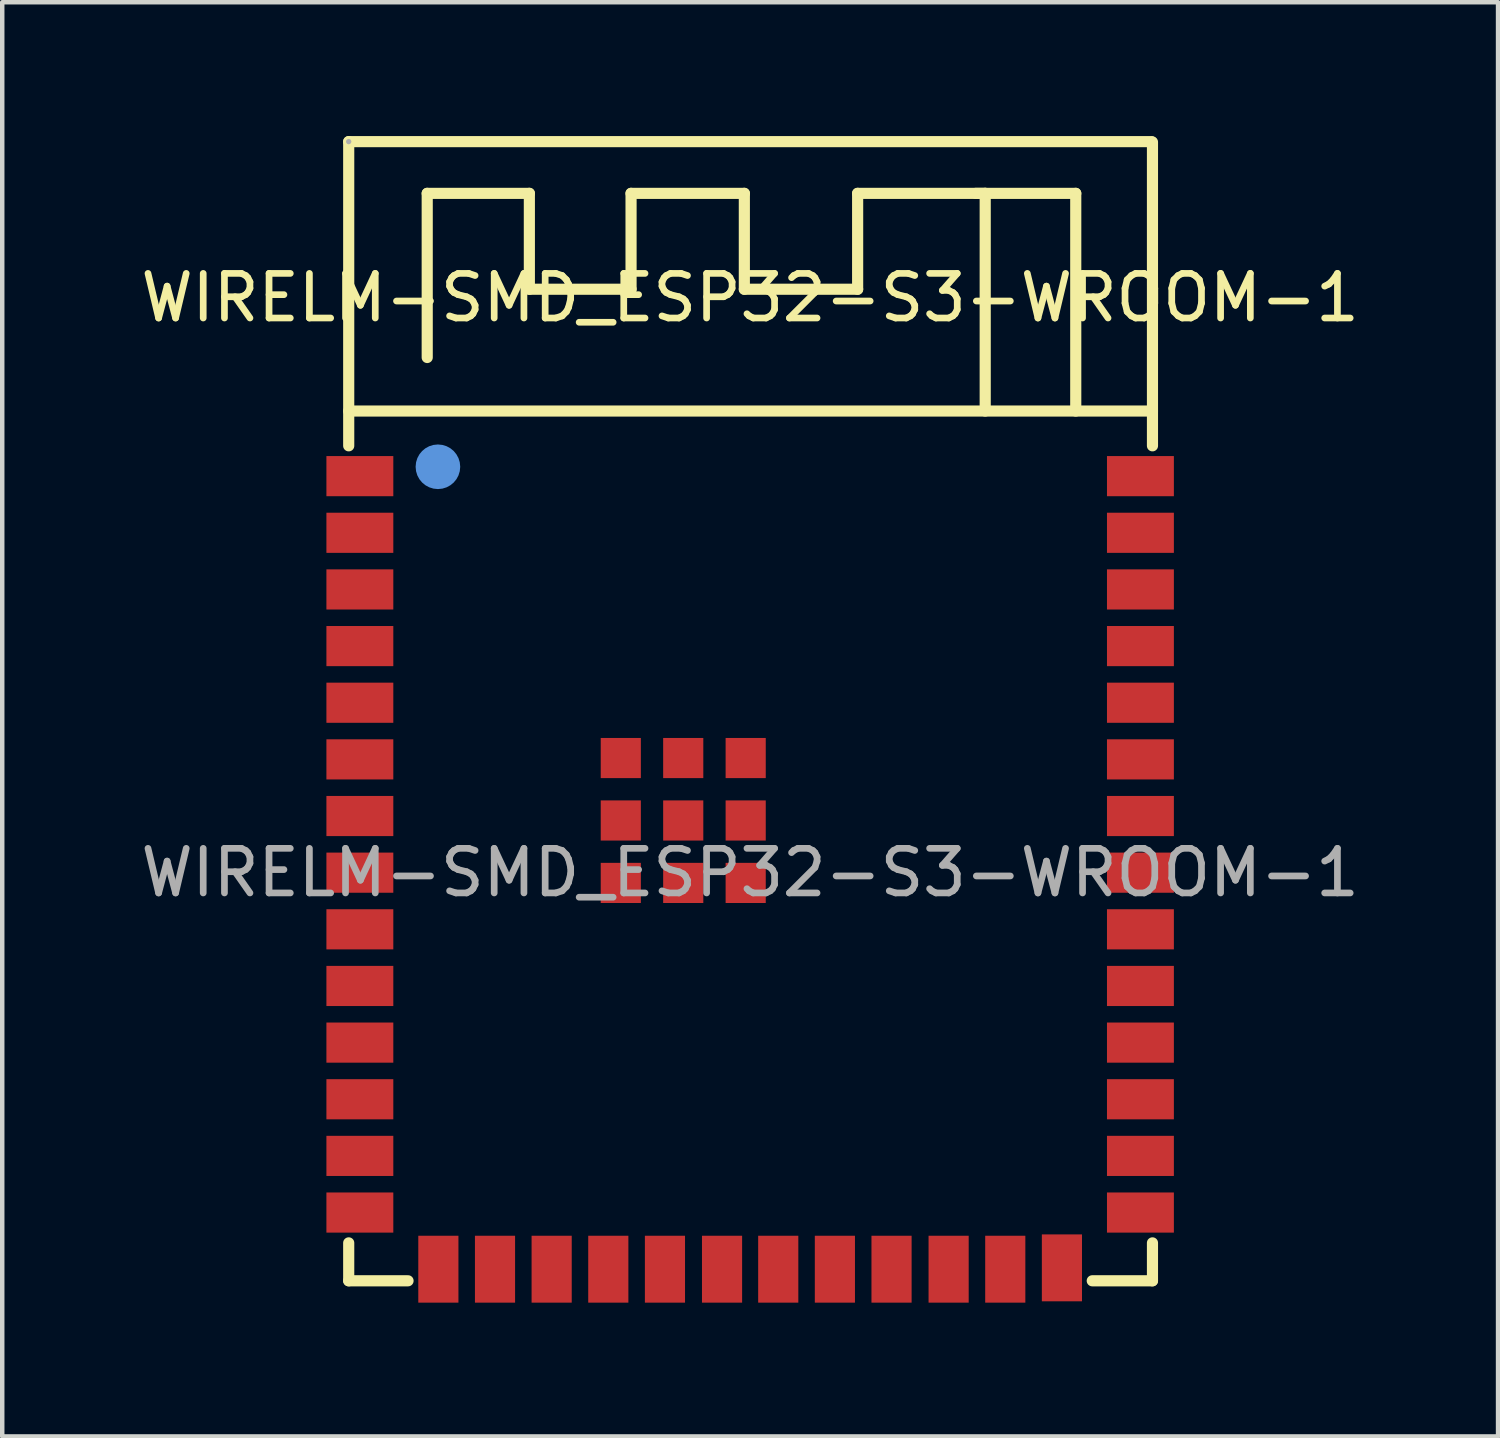
<source format=kicad_pcb>
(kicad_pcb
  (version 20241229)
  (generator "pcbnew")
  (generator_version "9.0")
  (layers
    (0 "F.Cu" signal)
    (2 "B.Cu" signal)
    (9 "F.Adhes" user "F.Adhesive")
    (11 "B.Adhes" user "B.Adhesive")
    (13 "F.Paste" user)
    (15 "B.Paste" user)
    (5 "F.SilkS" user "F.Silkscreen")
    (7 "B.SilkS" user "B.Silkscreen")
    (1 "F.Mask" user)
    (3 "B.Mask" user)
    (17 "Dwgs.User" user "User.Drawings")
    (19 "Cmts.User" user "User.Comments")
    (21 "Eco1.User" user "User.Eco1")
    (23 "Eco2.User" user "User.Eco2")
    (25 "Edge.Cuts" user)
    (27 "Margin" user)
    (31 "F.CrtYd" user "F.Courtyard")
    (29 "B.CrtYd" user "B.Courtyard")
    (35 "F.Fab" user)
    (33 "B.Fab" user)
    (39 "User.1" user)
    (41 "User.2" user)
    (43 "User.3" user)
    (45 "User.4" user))
  (footprint "WIRELM-SMD_ESP32-S3-WROOM-1"
    (layer "F.Cu")
    (at 13.768 16.515)
    (property "Reference" "WIRELM-SMD_ESP32-S3-WROOM-1" (at 0 -12.89 0) (layer "F.SilkS") (effects (font (size 1 1) (thickness 0.15))))
    (attr through_hole)
    (fp_line (start -9 -16.39) (end -9 -9.57) (stroke (width 0.25) (type solid)) (layer "F.SilkS"))
    (fp_line (start -9 -10.35) (end 9.02 -10.35) (stroke (width 0.25) (type solid)) (layer "F.SilkS"))
    (fp_line (start -9 8.3) (end -9 9.15) (stroke (width 0.25) (type solid)) (layer "F.SilkS"))
    (fp_line (start -9 9.15) (end -7.67 9.15) (stroke (width 0.25) (type solid)) (layer "F.SilkS"))
    (fp_line (start -7.24 -15.23) (end -7.24 -11.55) (stroke (width 0.25) (type solid)) (layer "F.SilkS"))
    (fp_line (start -4.95 -15.23) (end -7.24 -15.23) (stroke (width 0.25) (type solid)) (layer "F.SilkS"))
    (fp_line (start -4.95 -13.08) (end -4.95 -15.23) (stroke (width 0.25) (type solid)) (layer "F.SilkS"))
    (fp_line (start -2.67 -15.23) (end -2.67 -13.08) (stroke (width 0.25) (type solid)) (layer "F.SilkS"))
    (fp_line (start -2.67 -13.08) (end -4.95 -13.08) (stroke (width 0.25) (type solid)) (layer "F.SilkS"))
    (fp_line (start -0.13 -15.23) (end -2.67 -15.23) (stroke (width 0.25) (type solid)) (layer "F.SilkS"))
    (fp_line (start -0.13 -13.08) (end -0.13 -15.23) (stroke (width 0.25) (type solid)) (layer "F.SilkS"))
    (fp_line (start 2.41 -15.23) (end 2.41 -13.08) (stroke (width 0.25) (type solid)) (layer "F.SilkS"))
    (fp_line (start 2.41 -13.08) (end -0.13 -13.08) (stroke (width 0.25) (type solid)) (layer "F.SilkS"))
    (fp_line (start 5.27 -15.23) (end 2.41 -15.23) (stroke (width 0.25) (type solid)) (layer "F.SilkS"))
    (fp_line (start 5.27 -10.35) (end 5.27 -15.23) (stroke (width 0.25) (type solid)) (layer "F.SilkS"))
    (fp_line (start 7.3 -15.23) (end 5.06 -15.23) (stroke (width 0.25) (type solid)) (layer "F.SilkS"))
    (fp_line (start 7.3 -10.35) (end 7.3 -15.23) (stroke (width 0.25) (type solid)) (layer "F.SilkS"))
    (fp_line (start 7.67 9.15) (end 9.02 9.15) (stroke (width 0.25) (type solid)) (layer "F.SilkS"))
    (fp_line (start 9 -16.39) (end -9 -16.39) (stroke (width 0.25) (type solid)) (layer "F.SilkS"))
    (fp_line (start 9.02 -9.57) (end 9.02 -16.38) (stroke (width 0.25) (type solid)) (layer "F.SilkS"))
    (fp_line (start 9.02 9.15) (end 9.02 8.3) (stroke (width 0.25) (type solid)) (layer "F.SilkS"))
    (fp_circle (center -7 -9.1) (end -6.75 -9.1) (stroke (width 0.5) (type solid)) (fill no) (layer "Cmts.User"))
    (fp_circle (center -9 -16.39) (end -8.97 -16.39) (stroke (width 0.06) (type solid)) (fill no) (layer "F.Fab"))
    (fp_text user "${REFERENCE}" (at 0 0 0) (layer "F.Fab") (effects (font (size 1 1) (thickness 0.15))))
    (pad "1" smd rect (at -8.75 -8.89) (size 1.5 0.9) (layers "F.Cu" "F.Mask" "F.Paste"))
    (pad "2" smd rect (at -8.75 -7.62) (size 1.5 0.9) (layers "F.Cu" "F.Mask" "F.Paste"))
    (pad "3" smd rect (at -8.75 -6.35) (size 1.5 0.9) (layers "F.Cu" "F.Mask" "F.Paste"))
    (pad "4" smd rect (at -8.75 -5.08) (size 1.5 0.9) (layers "F.Cu" "F.Mask" "F.Paste"))
    (pad "5" smd rect (at -8.75 -3.81) (size 1.5 0.9) (layers "F.Cu" "F.Mask" "F.Paste"))
    (pad "6" smd rect (at -8.75 -2.54) (size 1.5 0.9) (layers "F.Cu" "F.Mask" "F.Paste"))
    (pad "7" smd rect (at -8.75 -1.27) (size 1.5 0.9) (layers "F.Cu" "F.Mask" "F.Paste"))
    (pad "8" smd rect (at -8.75 0) (size 1.5 0.9) (layers "F.Cu" "F.Mask" "F.Paste"))
    (pad "9" smd rect (at -8.75 1.27) (size 1.5 0.9) (layers "F.Cu" "F.Mask" "F.Paste"))
    (pad "10" smd rect (at -8.75 2.54) (size 1.5 0.9) (layers "F.Cu" "F.Mask" "F.Paste"))
    (pad "11" smd rect (at -8.75 3.81) (size 1.5 0.9) (layers "F.Cu" "F.Mask" "F.Paste"))
    (pad "12" smd rect (at -8.75 5.08) (size 1.5 0.9) (layers "F.Cu" "F.Mask" "F.Paste"))
    (pad "13" smd rect (at -8.75 6.35) (size 1.5 0.9) (layers "F.Cu" "F.Mask" "F.Paste"))
    (pad "14" smd rect (at -8.75 7.62) (size 1.5 0.9) (layers "F.Cu" "F.Mask" "F.Paste"))
    (pad "15" smd rect (at -6.99 8.89 90) (size 1.5 0.9) (layers "F.Cu" "F.Mask" "F.Paste"))
    (pad "16" smd rect (at -5.72 8.89 90) (size 1.5 0.9) (layers "F.Cu" "F.Mask" "F.Paste"))
    (pad "17" smd rect (at -4.45 8.89 90) (size 1.5 0.9) (layers "F.Cu" "F.Mask" "F.Paste"))
    (pad "18" smd rect (at -3.18 8.89 90) (size 1.5 0.9) (layers "F.Cu" "F.Mask" "F.Paste"))
    (pad "19" smd rect (at -1.91 8.89 90) (size 1.5 0.9) (layers "F.Cu" "F.Mask" "F.Paste"))
    (pad "20" smd rect (at -0.63 8.89 90) (size 1.5 0.9) (layers "F.Cu" "F.Mask" "F.Paste"))
    (pad "21" smd rect (at 0.63 8.89 90) (size 1.5 0.9) (layers "F.Cu" "F.Mask" "F.Paste"))
    (pad "22" smd rect (at 1.9 8.89 90) (size 1.5 0.9) (layers "F.Cu" "F.Mask" "F.Paste"))
    (pad "23" smd rect (at 3.17 8.89 90) (size 1.5 0.9) (layers "F.Cu" "F.Mask" "F.Paste"))
    (pad "24" smd rect (at 4.45 8.89 90) (size 1.5 0.9) (layers "F.Cu" "F.Mask" "F.Paste"))
    (pad "25" smd rect (at 5.72 8.89 90) (size 1.5 0.9) (layers "F.Cu" "F.Mask" "F.Paste"))
    (pad "26" smd rect (at 6.99 8.86 90) (size 1.5 0.9) (layers "F.Cu" "F.Mask" "F.Paste"))
    (pad "27" smd rect (at 8.75 7.62 180) (size 1.5 0.9) (layers "F.Cu" "F.Mask" "F.Paste"))
    (pad "28" smd rect (at 8.75 6.35 180) (size 1.5 0.9) (layers "F.Cu" "F.Mask" "F.Paste"))
    (pad "29" smd rect (at 8.75 5.08 180) (size 1.5 0.9) (layers "F.Cu" "F.Mask" "F.Paste"))
    (pad "30" smd rect (at 8.75 3.81 180) (size 1.5 0.9) (layers "F.Cu" "F.Mask" "F.Paste"))
    (pad "31" smd rect (at 8.75 2.54 180) (size 1.5 0.9) (layers "F.Cu" "F.Mask" "F.Paste"))
    (pad "32" smd rect (at 8.75 1.27 180) (size 1.5 0.9) (layers "F.Cu" "F.Mask" "F.Paste"))
    (pad "33" smd rect (at 8.75 0 180) (size 1.5 0.9) (layers "F.Cu" "F.Mask" "F.Paste"))
    (pad "34" smd rect (at 8.75 -1.27 180) (size 1.5 0.9) (layers "F.Cu" "F.Mask" "F.Paste"))
    (pad "35" smd rect (at 8.75 -2.54 180) (size 1.5 0.9) (layers "F.Cu" "F.Mask" "F.Paste"))
    (pad "36" smd rect (at 8.75 -3.81 180) (size 1.5 0.9) (layers "F.Cu" "F.Mask" "F.Paste"))
    (pad "37" smd rect (at 8.75 -5.08 180) (size 1.5 0.9) (layers "F.Cu" "F.Mask" "F.Paste"))
    (pad "38" smd rect (at 8.75 -6.35 180) (size 1.5 0.9) (layers "F.Cu" "F.Mask" "F.Paste"))
    (pad "39" smd rect (at 8.75 -7.62 180) (size 1.5 0.9) (layers "F.Cu" "F.Mask" "F.Paste"))
    (pad "40" smd rect (at 8.75 -8.89 180) (size 1.5 0.9) (layers "F.Cu" "F.Mask" "F.Paste"))
    (pad "41" smd rect (at -2.9 -2.57 90) (size 0.9 0.9) (layers "F.Cu" "F.Mask" "F.Paste"))
    (pad "41" smd rect (at -2.9 -1.17 90) (size 0.9 0.9) (layers "F.Cu" "F.Mask" "F.Paste"))
    (pad "41" smd rect (at -2.9 0.23 90) (size 0.9 0.9) (layers "F.Cu" "F.Mask" "F.Paste"))
    (pad "41" smd rect (at -1.5 -2.57 90) (size 0.9 0.9) (layers "F.Cu" "F.Mask" "F.Paste"))
    (pad "41" smd rect (at -1.5 -1.17 90) (size 0.9 0.9) (layers "F.Cu" "F.Mask" "F.Paste"))
    (pad "41" smd rect (at -1.5 0.23 90) (size 0.9 0.9) (layers "F.Cu" "F.Mask" "F.Paste"))
    (pad "41" smd rect (at -0.1 -2.57 90) (size 0.9 0.9) (layers "F.Cu" "F.Mask" "F.Paste"))
    (pad "41" smd rect (at -0.1 -1.17 90) (size 0.9 0.9) (layers "F.Cu" "F.Mask" "F.Paste"))
    (pad "41" smd rect (at -0.1 0.23 90) (size 0.9 0.9) (layers "F.Cu" "F.Mask" "F.Paste")))
  (gr_rect
    (start -3 -3)
    (end 30.536 29.155)
    (stroke (width 0.1) (type default))
    (fill no)
    (layer "Edge.Cuts")))
</source>
